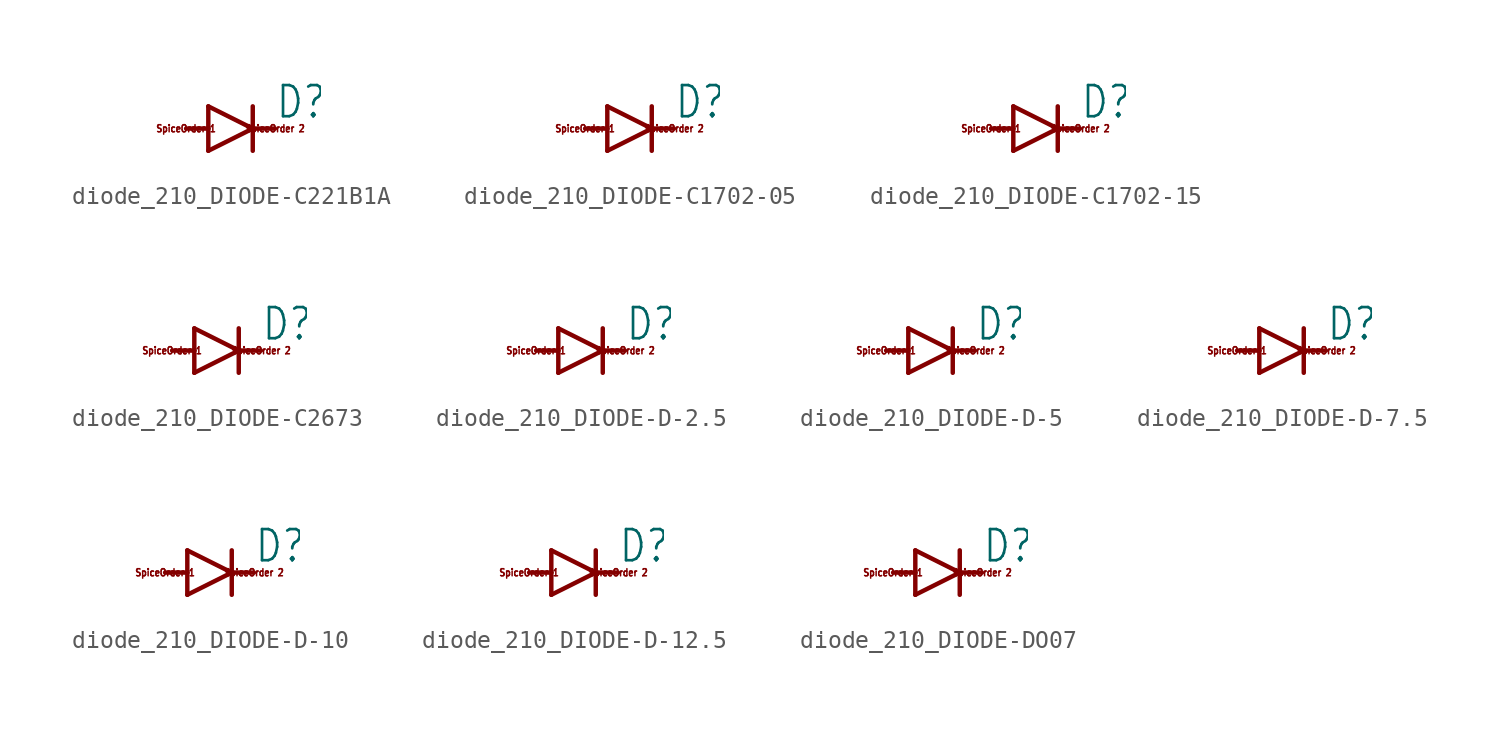
<source format=kicad_sym>
(kicad_symbol_lib
  (version 20241209)
  (generator "kicad_symbol_editor")
  (generator_version "9.0")
  (symbol "diode_210_DIODE-C221B1A"
    (property "Reference" "D"
      (at 2.54 0.483 0)
      (effects (font (size 1.778 1.511)) (justify left bottom)))
    (property "Value" ""
      (at 2.54 -2.311 0)
      (effects (font (size 1.778 1.511)) (justify left bottom)))
    (property "ki_locked" ""
      (at 0 0 0)
      (effects (font (size 1.27 1.27))))
    (symbol "diode_210_DIODE-C221B1A_1_0"
      (polyline (pts (xy -1.27 1.27) (xy -1.27 0)) (stroke (width 0.254) (type solid)) (fill (type none)))
      (polyline (pts (xy -1.27 0) (xy -2.54 0)) (stroke (width 0.254) (type solid)) (fill (type none)))
      (polyline (pts (xy -1.27 0) (xy -1.27 -1.27)) (stroke (width 0.254) (type solid)) (fill (type none)))
      (polyline (pts (xy -1.27 -1.27) (xy 1.27 0)) (stroke (width 0.254) (type solid)) (fill (type none)))
      (polyline (pts (xy 1.27 1.27) (xy 1.27 0)) (stroke (width 0.254) (type solid)) (fill (type none)))
      (polyline (pts (xy 1.27 0) (xy -1.27 1.27)) (stroke (width 0.254) (type solid)) (fill (type none)))
      (polyline (pts (xy 1.27 0) (xy 1.27 -1.27)) (stroke (width 0.254) (type solid)) (fill (type none)))
      (polyline (pts (xy 2.54 0) (xy 1.27 0)) (stroke (width 0.254) (type solid)) (fill (type none)))
      (text "SpiceOrder 1" (at -2.54 0 0) (effects (font (size 0.406 0.345))))
      (text "SpiceOrder 2" (at 2.54 0 0) (effects (font (size 0.406 0.345))))
      (pin passive line (at -2.54 0 0) (length 0) (name "A" (effects (font (size 0 0)))) (number "A" (effects (font (size 0 0)))))
      (pin passive line (at 2.54 0 180) (length 0) (name "C" (effects (font (size 0 0)))) (number "C" (effects (font (size 0 0)))))))
  (symbol "diode_210_DIODE-C1702-05"
    (property "Reference" "D"
      (at 2.54 0.483 0)
      (effects (font (size 1.778 1.511)) (justify left bottom)))
    (property "Value" ""
      (at 2.54 -2.311 0)
      (effects (font (size 1.778 1.511)) (justify left bottom)))
    (property "ki_locked" ""
      (at 0 0 0)
      (effects (font (size 1.27 1.27))))
    (symbol "diode_210_DIODE-C1702-05_1_0"
      (polyline (pts (xy -1.27 1.27) (xy -1.27 0)) (stroke (width 0.254) (type solid)) (fill (type none)))
      (polyline (pts (xy -1.27 0) (xy -2.54 0)) (stroke (width 0.254) (type solid)) (fill (type none)))
      (polyline (pts (xy -1.27 0) (xy -1.27 -1.27)) (stroke (width 0.254) (type solid)) (fill (type none)))
      (polyline (pts (xy -1.27 -1.27) (xy 1.27 0)) (stroke (width 0.254) (type solid)) (fill (type none)))
      (polyline (pts (xy 1.27 1.27) (xy 1.27 0)) (stroke (width 0.254) (type solid)) (fill (type none)))
      (polyline (pts (xy 1.27 0) (xy -1.27 1.27)) (stroke (width 0.254) (type solid)) (fill (type none)))
      (polyline (pts (xy 1.27 0) (xy 1.27 -1.27)) (stroke (width 0.254) (type solid)) (fill (type none)))
      (polyline (pts (xy 2.54 0) (xy 1.27 0)) (stroke (width 0.254) (type solid)) (fill (type none)))
      (text "SpiceOrder 1" (at -2.54 0 0) (effects (font (size 0.406 0.345))))
      (text "SpiceOrder 2" (at 2.54 0 0) (effects (font (size 0.406 0.345))))
      (pin passive line (at -2.54 0 0) (length 0) (name "A" (effects (font (size 0 0)))) (number "A" (effects (font (size 0 0)))))
      (pin passive line (at 2.54 0 180) (length 0) (name "C" (effects (font (size 0 0)))) (number "C" (effects (font (size 0 0)))))))
  (symbol "diode_210_DIODE-C1702-15"
    (property "Reference" "D"
      (at 2.54 0.483 0)
      (effects (font (size 1.778 1.511)) (justify left bottom)))
    (property "Value" ""
      (at 2.54 -2.311 0)
      (effects (font (size 1.778 1.511)) (justify left bottom)))
    (property "ki_locked" ""
      (at 0 0 0)
      (effects (font (size 1.27 1.27))))
    (symbol "diode_210_DIODE-C1702-15_1_0"
      (polyline (pts (xy -1.27 1.27) (xy -1.27 0)) (stroke (width 0.254) (type solid)) (fill (type none)))
      (polyline (pts (xy -1.27 0) (xy -2.54 0)) (stroke (width 0.254) (type solid)) (fill (type none)))
      (polyline (pts (xy -1.27 0) (xy -1.27 -1.27)) (stroke (width 0.254) (type solid)) (fill (type none)))
      (polyline (pts (xy -1.27 -1.27) (xy 1.27 0)) (stroke (width 0.254) (type solid)) (fill (type none)))
      (polyline (pts (xy 1.27 1.27) (xy 1.27 0)) (stroke (width 0.254) (type solid)) (fill (type none)))
      (polyline (pts (xy 1.27 0) (xy -1.27 1.27)) (stroke (width 0.254) (type solid)) (fill (type none)))
      (polyline (pts (xy 1.27 0) (xy 1.27 -1.27)) (stroke (width 0.254) (type solid)) (fill (type none)))
      (polyline (pts (xy 2.54 0) (xy 1.27 0)) (stroke (width 0.254) (type solid)) (fill (type none)))
      (text "SpiceOrder 1" (at -2.54 0 0) (effects (font (size 0.406 0.345))))
      (text "SpiceOrder 2" (at 2.54 0 0) (effects (font (size 0.406 0.345))))
      (pin passive line (at -2.54 0 0) (length 0) (name "A" (effects (font (size 0 0)))) (number "A" (effects (font (size 0 0)))))
      (pin passive line (at 2.54 0 180) (length 0) (name "C" (effects (font (size 0 0)))) (number "C" (effects (font (size 0 0)))))))
  (symbol "diode_210_DIODE-C2673"
    (property "Reference" "D"
      (at 2.54 0.483 0)
      (effects (font (size 1.778 1.511)) (justify left bottom)))
    (property "Value" ""
      (at 2.54 -2.311 0)
      (effects (font (size 1.778 1.511)) (justify left bottom)))
    (property "ki_locked" ""
      (at 0 0 0)
      (effects (font (size 1.27 1.27))))
    (symbol "diode_210_DIODE-C2673_1_0"
      (polyline (pts (xy -1.27 1.27) (xy -1.27 0)) (stroke (width 0.254) (type solid)) (fill (type none)))
      (polyline (pts (xy -1.27 0) (xy -2.54 0)) (stroke (width 0.254) (type solid)) (fill (type none)))
      (polyline (pts (xy -1.27 0) (xy -1.27 -1.27)) (stroke (width 0.254) (type solid)) (fill (type none)))
      (polyline (pts (xy -1.27 -1.27) (xy 1.27 0)) (stroke (width 0.254) (type solid)) (fill (type none)))
      (polyline (pts (xy 1.27 1.27) (xy 1.27 0)) (stroke (width 0.254) (type solid)) (fill (type none)))
      (polyline (pts (xy 1.27 0) (xy -1.27 1.27)) (stroke (width 0.254) (type solid)) (fill (type none)))
      (polyline (pts (xy 1.27 0) (xy 1.27 -1.27)) (stroke (width 0.254) (type solid)) (fill (type none)))
      (polyline (pts (xy 2.54 0) (xy 1.27 0)) (stroke (width 0.254) (type solid)) (fill (type none)))
      (text "SpiceOrder 1" (at -2.54 0 0) (effects (font (size 0.406 0.345))))
      (text "SpiceOrder 2" (at 2.54 0 0) (effects (font (size 0.406 0.345))))
      (pin passive line (at -2.54 0 0) (length 0) (name "A" (effects (font (size 0 0)))) (number "A" (effects (font (size 0 0)))))
      (pin passive line (at 2.54 0 180) (length 0) (name "C" (effects (font (size 0 0)))) (number "C" (effects (font (size 0 0)))))))
  (symbol "diode_210_DIODE-D-2.5"
    (property "Reference" "D"
      (at 2.54 0.483 0)
      (effects (font (size 1.778 1.511)) (justify left bottom)))
    (property "Value" ""
      (at 2.54 -2.311 0)
      (effects (font (size 1.778 1.511)) (justify left bottom)))
    (property "ki_locked" ""
      (at 0 0 0)
      (effects (font (size 1.27 1.27))))
    (symbol "diode_210_DIODE-D-2.5_1_0"
      (polyline (pts (xy -1.27 1.27) (xy -1.27 0)) (stroke (width 0.254) (type solid)) (fill (type none)))
      (polyline (pts (xy -1.27 0) (xy -2.54 0)) (stroke (width 0.254) (type solid)) (fill (type none)))
      (polyline (pts (xy -1.27 0) (xy -1.27 -1.27)) (stroke (width 0.254) (type solid)) (fill (type none)))
      (polyline (pts (xy -1.27 -1.27) (xy 1.27 0)) (stroke (width 0.254) (type solid)) (fill (type none)))
      (polyline (pts (xy 1.27 1.27) (xy 1.27 0)) (stroke (width 0.254) (type solid)) (fill (type none)))
      (polyline (pts (xy 1.27 0) (xy -1.27 1.27)) (stroke (width 0.254) (type solid)) (fill (type none)))
      (polyline (pts (xy 1.27 0) (xy 1.27 -1.27)) (stroke (width 0.254) (type solid)) (fill (type none)))
      (polyline (pts (xy 2.54 0) (xy 1.27 0)) (stroke (width 0.254) (type solid)) (fill (type none)))
      (text "SpiceOrder 1" (at -2.54 0 0) (effects (font (size 0.406 0.345))))
      (text "SpiceOrder 2" (at 2.54 0 0) (effects (font (size 0.406 0.345))))
      (pin passive line (at -2.54 0 0) (length 0) (name "A" (effects (font (size 0 0)))) (number "A" (effects (font (size 0 0)))))
      (pin passive line (at 2.54 0 180) (length 0) (name "C" (effects (font (size 0 0)))) (number "C" (effects (font (size 0 0)))))))
  (symbol "diode_210_DIODE-D-5"
    (property "Reference" "D"
      (at 2.54 0.483 0)
      (effects (font (size 1.778 1.511)) (justify left bottom)))
    (property "Value" ""
      (at 2.54 -2.311 0)
      (effects (font (size 1.778 1.511)) (justify left bottom)))
    (property "ki_locked" ""
      (at 0 0 0)
      (effects (font (size 1.27 1.27))))
    (symbol "diode_210_DIODE-D-5_1_0"
      (polyline (pts (xy -1.27 1.27) (xy -1.27 0)) (stroke (width 0.254) (type solid)) (fill (type none)))
      (polyline (pts (xy -1.27 0) (xy -2.54 0)) (stroke (width 0.254) (type solid)) (fill (type none)))
      (polyline (pts (xy -1.27 0) (xy -1.27 -1.27)) (stroke (width 0.254) (type solid)) (fill (type none)))
      (polyline (pts (xy -1.27 -1.27) (xy 1.27 0)) (stroke (width 0.254) (type solid)) (fill (type none)))
      (polyline (pts (xy 1.27 1.27) (xy 1.27 0)) (stroke (width 0.254) (type solid)) (fill (type none)))
      (polyline (pts (xy 1.27 0) (xy -1.27 1.27)) (stroke (width 0.254) (type solid)) (fill (type none)))
      (polyline (pts (xy 1.27 0) (xy 1.27 -1.27)) (stroke (width 0.254) (type solid)) (fill (type none)))
      (polyline (pts (xy 2.54 0) (xy 1.27 0)) (stroke (width 0.254) (type solid)) (fill (type none)))
      (text "SpiceOrder 1" (at -2.54 0 0) (effects (font (size 0.406 0.345))))
      (text "SpiceOrder 2" (at 2.54 0 0) (effects (font (size 0.406 0.345))))
      (pin passive line (at -2.54 0 0) (length 0) (name "A" (effects (font (size 0 0)))) (number "A" (effects (font (size 0 0)))))
      (pin passive line (at 2.54 0 180) (length 0) (name "C" (effects (font (size 0 0)))) (number "C" (effects (font (size 0 0)))))))
  (symbol "diode_210_DIODE-D-7.5"
    (property "Reference" "D"
      (at 2.54 0.483 0)
      (effects (font (size 1.778 1.511)) (justify left bottom)))
    (property "Value" ""
      (at 2.54 -2.311 0)
      (effects (font (size 1.778 1.511)) (justify left bottom)))
    (property "ki_locked" ""
      (at 0 0 0)
      (effects (font (size 1.27 1.27))))
    (symbol "diode_210_DIODE-D-7.5_1_0"
      (polyline (pts (xy -1.27 1.27) (xy -1.27 0)) (stroke (width 0.254) (type solid)) (fill (type none)))
      (polyline (pts (xy -1.27 0) (xy -2.54 0)) (stroke (width 0.254) (type solid)) (fill (type none)))
      (polyline (pts (xy -1.27 0) (xy -1.27 -1.27)) (stroke (width 0.254) (type solid)) (fill (type none)))
      (polyline (pts (xy -1.27 -1.27) (xy 1.27 0)) (stroke (width 0.254) (type solid)) (fill (type none)))
      (polyline (pts (xy 1.27 1.27) (xy 1.27 0)) (stroke (width 0.254) (type solid)) (fill (type none)))
      (polyline (pts (xy 1.27 0) (xy -1.27 1.27)) (stroke (width 0.254) (type solid)) (fill (type none)))
      (polyline (pts (xy 1.27 0) (xy 1.27 -1.27)) (stroke (width 0.254) (type solid)) (fill (type none)))
      (polyline (pts (xy 2.54 0) (xy 1.27 0)) (stroke (width 0.254) (type solid)) (fill (type none)))
      (text "SpiceOrder 1" (at -2.54 0 0) (effects (font (size 0.406 0.345))))
      (text "SpiceOrder 2" (at 2.54 0 0) (effects (font (size 0.406 0.345))))
      (pin passive line (at -2.54 0 0) (length 0) (name "A" (effects (font (size 0 0)))) (number "A" (effects (font (size 0 0)))))
      (pin passive line (at 2.54 0 180) (length 0) (name "C" (effects (font (size 0 0)))) (number "C" (effects (font (size 0 0)))))))
  (symbol "diode_210_DIODE-D-10"
    (property "Reference" "D"
      (at 2.54 0.483 0)
      (effects (font (size 1.778 1.511)) (justify left bottom)))
    (property "Value" ""
      (at 2.54 -2.311 0)
      (effects (font (size 1.778 1.511)) (justify left bottom)))
    (property "ki_locked" ""
      (at 0 0 0)
      (effects (font (size 1.27 1.27))))
    (symbol "diode_210_DIODE-D-10_1_0"
      (polyline (pts (xy -1.27 1.27) (xy -1.27 0)) (stroke (width 0.254) (type solid)) (fill (type none)))
      (polyline (pts (xy -1.27 0) (xy -2.54 0)) (stroke (width 0.254) (type solid)) (fill (type none)))
      (polyline (pts (xy -1.27 0) (xy -1.27 -1.27)) (stroke (width 0.254) (type solid)) (fill (type none)))
      (polyline (pts (xy -1.27 -1.27) (xy 1.27 0)) (stroke (width 0.254) (type solid)) (fill (type none)))
      (polyline (pts (xy 1.27 1.27) (xy 1.27 0)) (stroke (width 0.254) (type solid)) (fill (type none)))
      (polyline (pts (xy 1.27 0) (xy -1.27 1.27)) (stroke (width 0.254) (type solid)) (fill (type none)))
      (polyline (pts (xy 1.27 0) (xy 1.27 -1.27)) (stroke (width 0.254) (type solid)) (fill (type none)))
      (polyline (pts (xy 2.54 0) (xy 1.27 0)) (stroke (width 0.254) (type solid)) (fill (type none)))
      (text "SpiceOrder 1" (at -2.54 0 0) (effects (font (size 0.406 0.345))))
      (text "SpiceOrder 2" (at 2.54 0 0) (effects (font (size 0.406 0.345))))
      (pin passive line (at -2.54 0 0) (length 0) (name "A" (effects (font (size 0 0)))) (number "A" (effects (font (size 0 0)))))
      (pin passive line (at 2.54 0 180) (length 0) (name "C" (effects (font (size 0 0)))) (number "C" (effects (font (size 0 0)))))))
  (symbol "diode_210_DIODE-D-12.5"
    (property "Reference" "D"
      (at 2.54 0.483 0)
      (effects (font (size 1.778 1.511)) (justify left bottom)))
    (property "Value" ""
      (at 2.54 -2.311 0)
      (effects (font (size 1.778 1.511)) (justify left bottom)))
    (property "ki_locked" ""
      (at 0 0 0)
      (effects (font (size 1.27 1.27))))
    (symbol "diode_210_DIODE-D-12.5_1_0"
      (polyline (pts (xy -1.27 1.27) (xy -1.27 0)) (stroke (width 0.254) (type solid)) (fill (type none)))
      (polyline (pts (xy -1.27 0) (xy -2.54 0)) (stroke (width 0.254) (type solid)) (fill (type none)))
      (polyline (pts (xy -1.27 0) (xy -1.27 -1.27)) (stroke (width 0.254) (type solid)) (fill (type none)))
      (polyline (pts (xy -1.27 -1.27) (xy 1.27 0)) (stroke (width 0.254) (type solid)) (fill (type none)))
      (polyline (pts (xy 1.27 1.27) (xy 1.27 0)) (stroke (width 0.254) (type solid)) (fill (type none)))
      (polyline (pts (xy 1.27 0) (xy -1.27 1.27)) (stroke (width 0.254) (type solid)) (fill (type none)))
      (polyline (pts (xy 1.27 0) (xy 1.27 -1.27)) (stroke (width 0.254) (type solid)) (fill (type none)))
      (polyline (pts (xy 2.54 0) (xy 1.27 0)) (stroke (width 0.254) (type solid)) (fill (type none)))
      (text "SpiceOrder 1" (at -2.54 0 0) (effects (font (size 0.406 0.345))))
      (text "SpiceOrder 2" (at 2.54 0 0) (effects (font (size 0.406 0.345))))
      (pin passive line (at -2.54 0 0) (length 0) (name "A" (effects (font (size 0 0)))) (number "A" (effects (font (size 0 0)))))
      (pin passive line (at 2.54 0 180) (length 0) (name "C" (effects (font (size 0 0)))) (number "C" (effects (font (size 0 0)))))))
  (symbol "diode_210_DIODE-DO07"
    (property "Reference" "D"
      (at 2.54 0.483 0)
      (effects (font (size 1.778 1.511)) (justify left bottom)))
    (property "Value" ""
      (at 2.54 -2.311 0)
      (effects (font (size 1.778 1.511)) (justify left bottom)))
    (property "ki_locked" ""
      (at 0 0 0)
      (effects (font (size 1.27 1.27))))
    (symbol "diode_210_DIODE-DO07_1_0"
      (polyline (pts (xy -1.27 1.27) (xy -1.27 0)) (stroke (width 0.254) (type solid)) (fill (type none)))
      (polyline (pts (xy -1.27 0) (xy -2.54 0)) (stroke (width 0.254) (type solid)) (fill (type none)))
      (polyline (pts (xy -1.27 0) (xy -1.27 -1.27)) (stroke (width 0.254) (type solid)) (fill (type none)))
      (polyline (pts (xy -1.27 -1.27) (xy 1.27 0)) (stroke (width 0.254) (type solid)) (fill (type none)))
      (polyline (pts (xy 1.27 1.27) (xy 1.27 0)) (stroke (width 0.254) (type solid)) (fill (type none)))
      (polyline (pts (xy 1.27 0) (xy -1.27 1.27)) (stroke (width 0.254) (type solid)) (fill (type none)))
      (polyline (pts (xy 1.27 0) (xy 1.27 -1.27)) (stroke (width 0.254) (type solid)) (fill (type none)))
      (polyline (pts (xy 2.54 0) (xy 1.27 0)) (stroke (width 0.254) (type solid)) (fill (type none)))
      (text "SpiceOrder 1" (at -2.54 0 0) (effects (font (size 0.406 0.345))))
      (text "SpiceOrder 2" (at 2.54 0 0) (effects (font (size 0.406 0.345))))
      (pin passive line (at -2.54 0 0) (length 0) (name "A" (effects (font (size 0 0)))) (number "A" (effects (font (size 0 0)))))
      (pin passive line (at 2.54 0 180) (length 0) (name "C" (effects (font (size 0 0)))) (number "C" (effects (font (size 0 0))))))))
</source>
